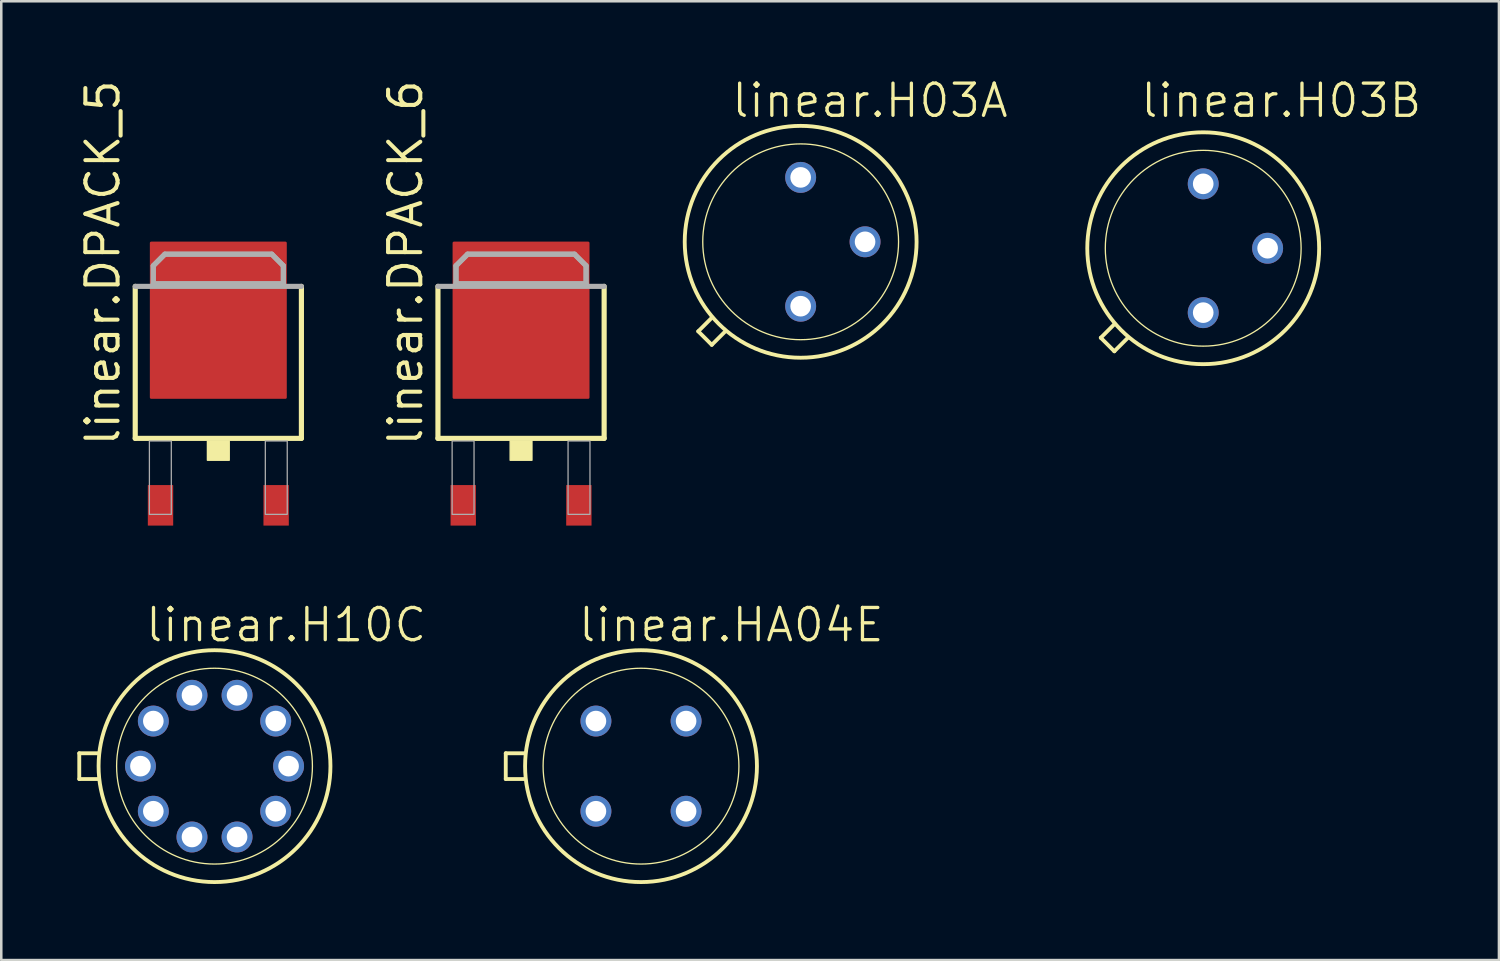
<source format=kicad_pcb>
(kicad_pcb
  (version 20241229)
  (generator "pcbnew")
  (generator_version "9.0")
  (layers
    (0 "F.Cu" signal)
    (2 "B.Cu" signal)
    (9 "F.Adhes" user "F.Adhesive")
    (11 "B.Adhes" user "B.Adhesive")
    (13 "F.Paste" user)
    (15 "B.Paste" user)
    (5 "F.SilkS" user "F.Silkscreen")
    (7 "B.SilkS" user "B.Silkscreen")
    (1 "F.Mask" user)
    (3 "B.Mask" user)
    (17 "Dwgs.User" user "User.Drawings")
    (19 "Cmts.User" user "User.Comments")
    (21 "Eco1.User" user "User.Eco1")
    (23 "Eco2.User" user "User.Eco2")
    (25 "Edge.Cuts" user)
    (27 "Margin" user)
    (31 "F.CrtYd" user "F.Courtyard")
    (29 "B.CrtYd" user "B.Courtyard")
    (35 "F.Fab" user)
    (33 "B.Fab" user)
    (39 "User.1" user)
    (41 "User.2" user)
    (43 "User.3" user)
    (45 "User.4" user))
  (footprint "linear.DPACK_6"
    (layer "F.Cu")
    (at 17.499 12.079)
    (property "Reference" "linear.DPACK_6" (at -3.81 2.54 90) (layer "F.SilkS") (effects (font (size 1.27 1.27) (thickness 0.16)) (justify left bottom)))
    (attr smd)
    (fp_line (start -3.277 2.159) (end -3.277 -3.835) (stroke (width 0.203) (type default)) (layer "F.SilkS"))
    (fp_line (start 3.277 -3.835) (end 3.277 2.159) (stroke (width 0.203) (type default)) (layer "F.SilkS"))
    (fp_line (start 3.277 2.159) (end -3.277 2.159) (stroke (width 0.203) (type default)) (layer "F.SilkS"))
    (fp_rect (start -0.432 3.023) (end 0.432 2.261) (stroke (width 0.05) (type default)) (fill yes) (layer "F.SilkS"))
    (fp_line (start -3.277 -3.835) (end 3.277 -3.835) (stroke (width 0.203) (type default)) (layer "F.Fab"))
    (fp_line (start -2.565 -4.648) (end -2.108 -5.105) (stroke (width 0.203) (type default)) (layer "F.Fab"))
    (fp_line (start -2.565 -3.937) (end -2.565 -4.648) (stroke (width 0.203) (type default)) (layer "F.Fab"))
    (fp_line (start -2.108 -5.105) (end 2.108 -5.105) (stroke (width 0.203) (type default)) (layer "F.Fab"))
    (fp_line (start 2.108 -5.105) (end 2.565 -4.648) (stroke (width 0.203) (type default)) (layer "F.Fab"))
    (fp_line (start 2.565 -4.648) (end 2.565 -3.937) (stroke (width 0.203) (type default)) (layer "F.Fab"))
    (fp_line (start 2.565 -3.937) (end -2.565 -3.937) (stroke (width 0.203) (type default)) (layer "F.Fab"))
    (fp_rect (start -2.718 5.156) (end -1.854 2.261) (stroke (width 0.05) (type default)) (fill no) (layer "F.Fab"))
    (fp_rect (start 1.854 5.156) (end 2.718 2.261) (stroke (width 0.05) (type default)) (fill no) (layer "F.Fab"))
    (fp_poly (pts (xy -2.565 -3.937) (xy -2.565 -4.648) (xy -2.108 -5.105) (xy 2.108 -5.105) (xy 2.565 -4.648) (xy 2.565 -3.937)) (stroke (width 0.2) (type default)) (fill no) (layer "F.Fab"))
    (pad "G" smd roundrect (at 2.28 4.8) (size 1 1.6) (layers "F.Cu" "F.Mask" "F.Paste") (roundrect_rratio 0.01))
    (pad "MT1" smd roundrect (at -2.28 4.8) (size 1 1.6) (layers "F.Cu" "F.Mask" "F.Paste") (roundrect_rratio 0.01))
    (pad "MT2" smd roundrect (at 0 -2.5) (size 5.4 6.2) (layers "F.Cu" "F.Mask" "F.Paste") (roundrect_rratio 0.01)))
  (footprint "linear.H03A"
    (layer "F.Cu")
    (at 28.526 6.486)
    (property "Reference" "linear.H03A" (at -2.794 -4.826 0) (layer "F.SilkS") (effects (font (size 1.27 1.27) (thickness 0.13)) (justify left bottom)))
    (attr through_hole)
    (fp_line (start -4.039 3.531) (end -3.505 2.997) (stroke (width 0.152) (type default)) (layer "F.SilkS"))
    (fp_line (start -3.505 4.064) (end -4.039 3.531) (stroke (width 0.152) (type default)) (layer "F.SilkS"))
    (fp_line (start -2.972 3.531) (end -3.505 4.064) (stroke (width 0.152) (type default)) (layer "F.SilkS"))
    (fp_circle (center 0 0) (end 3.861 0) (stroke (width 0.051) (type default)) (fill no) (layer "F.SilkS"))
    (fp_circle (center 0 0) (end 4.572 0) (stroke (width 0.152) (type default)) (fill no) (layer "F.SilkS"))
    (pad "1" thru_hole circle (at 0 2.54) (size 1.219 1.219) (drill 0.813) (layers "*.Cu" "*.Mask"))
    (pad "2" thru_hole circle (at 2.54 0) (size 1.219 1.219) (drill 0.813) (layers "*.Cu" "*.Mask"))
    (pad "3" thru_hole circle (at 0 -2.54) (size 1.219 1.219) (drill 0.813) (layers "*.Cu" "*.Mask")))
  (footprint "linear.HA04E"
    (layer "F.Cu")
    (at 22.23 27.165)
    (property "Reference" "linear.HA04E" (at -2.54 -4.826 0) (layer "F.SilkS") (effects (font (size 1.27 1.27) (thickness 0.13)) (justify left bottom)))
    (attr through_hole)
    (fp_line (start -5.334 0.508) (end -5.334 -0.508) (stroke (width 0.152) (type default)) (layer "F.SilkS"))
    (fp_line (start -5.334 0.508) (end -4.572 0.508) (stroke (width 0.152) (type default)) (layer "F.SilkS"))
    (fp_line (start -4.572 -0.508) (end -5.334 -0.508) (stroke (width 0.152) (type default)) (layer "F.SilkS"))
    (fp_circle (center 0 0) (end 3.861 0) (stroke (width 0.051) (type default)) (fill no) (layer "F.SilkS"))
    (fp_circle (center 0 0) (end 4.572 0) (stroke (width 0.152) (type default)) (fill no) (layer "F.SilkS"))
    (pad "1" thru_hole circle (at -1.778 1.778) (size 1.219 1.219) (drill 0.813) (layers "*.Cu" "*.Mask"))
    (pad "2" thru_hole circle (at 1.778 1.778) (size 1.219 1.219) (drill 0.813) (layers "*.Cu" "*.Mask"))
    (pad "3" thru_hole circle (at 1.778 -1.778) (size 1.219 1.219) (drill 0.813) (layers "*.Cu" "*.Mask"))
    (pad "4" thru_hole circle (at -1.778 -1.778) (size 1.219 1.219) (drill 0.813) (layers "*.Cu" "*.Mask")))
  (footprint "linear.H10C"
    (layer "F.Cu")
    (at 5.41 27.165)
    (property "Reference" "linear.H10C" (at -2.794 -4.826 0) (layer "F.SilkS") (effects (font (size 1.27 1.27) (thickness 0.13)) (justify left bottom)))
    (attr through_hole)
    (fp_line (start -5.334 0.508) (end -5.334 -0.508) (stroke (width 0.152) (type default)) (layer "F.SilkS"))
    (fp_line (start -5.334 0.508) (end -4.572 0.508) (stroke (width 0.152) (type default)) (layer "F.SilkS"))
    (fp_line (start -4.572 -0.508) (end -5.334 -0.508) (stroke (width 0.152) (type default)) (layer "F.SilkS"))
    (fp_circle (center 0 0) (end 3.861 0) (stroke (width 0.051) (type default)) (fill no) (layer "F.SilkS"))
    (fp_circle (center 0 0) (end 4.572 0) (stroke (width 0.152) (type default)) (fill no) (layer "F.SilkS"))
    (pad "1" thru_hole circle (at -2.413 1.778) (size 1.219 1.219) (drill 0.813) (layers "*.Cu" "*.Mask"))
    (pad "2" thru_hole circle (at -0.889 2.794) (size 1.219 1.219) (drill 0.813) (layers "*.Cu" "*.Mask"))
    (pad "3" thru_hole circle (at 0.889 2.794) (size 1.219 1.219) (drill 0.813) (layers "*.Cu" "*.Mask"))
    (pad "4" thru_hole circle (at 2.413 1.778) (size 1.219 1.219) (drill 0.813) (layers "*.Cu" "*.Mask"))
    (pad "5" thru_hole circle (at 2.921 0) (size 1.219 1.219) (drill 0.813) (layers "*.Cu" "*.Mask"))
    (pad "6" thru_hole circle (at 2.413 -1.778) (size 1.219 1.219) (drill 0.813) (layers "*.Cu" "*.Mask"))
    (pad "7" thru_hole circle (at 0.889 -2.794) (size 1.219 1.219) (drill 0.813) (layers "*.Cu" "*.Mask"))
    (pad "8" thru_hole circle (at -0.889 -2.794) (size 1.219 1.219) (drill 0.813) (layers "*.Cu" "*.Mask"))
    (pad "9" thru_hole circle (at -2.413 -1.778) (size 1.219 1.219) (drill 0.813) (layers "*.Cu" "*.Mask"))
    (pad "10" thru_hole circle (at -2.921 0) (size 1.219 1.219) (drill 0.813) (layers "*.Cu" "*.Mask")))
  (footprint "linear.DPACK_5"
    (layer "F.Cu")
    (at 5.56 12.079)
    (property "Reference" "linear.DPACK_5" (at -3.81 2.54 90) (layer "F.SilkS") (effects (font (size 1.27 1.27) (thickness 0.16)) (justify left bottom)))
    (attr smd)
    (fp_line (start -3.277 2.159) (end -3.277 -3.835) (stroke (width 0.203) (type default)) (layer "F.SilkS"))
    (fp_line (start 3.277 -3.835) (end 3.277 2.159) (stroke (width 0.203) (type default)) (layer "F.SilkS"))
    (fp_line (start 3.277 2.159) (end -3.277 2.159) (stroke (width 0.203) (type default)) (layer "F.SilkS"))
    (fp_rect (start -0.432 3.023) (end 0.432 2.261) (stroke (width 0.05) (type default)) (fill yes) (layer "F.SilkS"))
    (fp_line (start -3.277 -3.835) (end 3.277 -3.835) (stroke (width 0.203) (type default)) (layer "F.Fab"))
    (fp_line (start -2.565 -4.648) (end -2.108 -5.105) (stroke (width 0.203) (type default)) (layer "F.Fab"))
    (fp_line (start -2.565 -3.937) (end -2.565 -4.648) (stroke (width 0.203) (type default)) (layer "F.Fab"))
    (fp_line (start -2.108 -5.105) (end 2.108 -5.105) (stroke (width 0.203) (type default)) (layer "F.Fab"))
    (fp_line (start 2.108 -5.105) (end 2.565 -4.648) (stroke (width 0.203) (type default)) (layer "F.Fab"))
    (fp_line (start 2.565 -4.648) (end 2.565 -3.937) (stroke (width 0.203) (type default)) (layer "F.Fab"))
    (fp_line (start 2.565 -3.937) (end -2.565 -3.937) (stroke (width 0.203) (type default)) (layer "F.Fab"))
    (fp_rect (start -2.718 5.156) (end -1.854 2.261) (stroke (width 0.05) (type default)) (fill no) (layer "F.Fab"))
    (fp_rect (start 1.854 5.156) (end 2.718 2.261) (stroke (width 0.05) (type default)) (fill no) (layer "F.Fab"))
    (fp_poly (pts (xy -2.565 -3.937) (xy -2.565 -4.648) (xy -2.108 -5.105) (xy 2.108 -5.105) (xy 2.565 -4.648) (xy 2.565 -3.937)) (stroke (width 0.2) (type default)) (fill no) (layer "F.Fab"))
    (pad "A" smd roundrect (at 0 -2.5) (size 5.4 6.2) (layers "F.Cu" "F.Mask" "F.Paste") (roundrect_rratio 0.01))
    (pad "C" smd roundrect (at 2.28 4.8) (size 1 1.6) (layers "F.Cu" "F.Mask" "F.Paste") (roundrect_rratio 0.01))
    (pad "G" smd roundrect (at -2.28 4.8) (size 1 1.6) (layers "F.Cu" "F.Mask" "F.Paste") (roundrect_rratio 0.01)))
  (footprint "linear.H03B"
    (layer "F.Cu")
    (at 44.402 6.74)
    (property "Reference" "linear.H03B" (at -2.54 -5.08 0) (layer "F.SilkS") (effects (font (size 1.27 1.27) (thickness 0.13)) (justify left bottom)))
    (attr through_hole)
    (fp_line (start -4.039 3.531) (end -3.505 2.997) (stroke (width 0.152) (type default)) (layer "F.SilkS"))
    (fp_line (start -3.505 4.064) (end -4.039 3.531) (stroke (width 0.152) (type default)) (layer "F.SilkS"))
    (fp_line (start -2.972 3.531) (end -3.505 4.064) (stroke (width 0.152) (type default)) (layer "F.SilkS"))
    (fp_circle (center 0 0) (end 3.861 0) (stroke (width 0.051) (type default)) (fill no) (layer "F.SilkS"))
    (fp_circle (center 0 0) (end 4.572 0) (stroke (width 0.152) (type default)) (fill no) (layer "F.SilkS"))
    (pad "1" thru_hole circle (at 0 2.54) (size 1.219 1.219) (drill 0.813) (layers "*.Cu" "*.Mask"))
    (pad "2" thru_hole circle (at 2.54 0) (size 1.219 1.219) (drill 0.813) (layers "*.Cu" "*.Mask"))
    (pad "3" thru_hole circle (at 0 -2.54) (size 1.219 1.219) (drill 0.813) (layers "*.Cu" "*.Mask")))
  (gr_rect
    (start -3 -3)
    (end 56.065 34.814)
    (stroke (width 0.1) (type default))
    (fill no)
    (layer "Edge.Cuts")))
</source>
